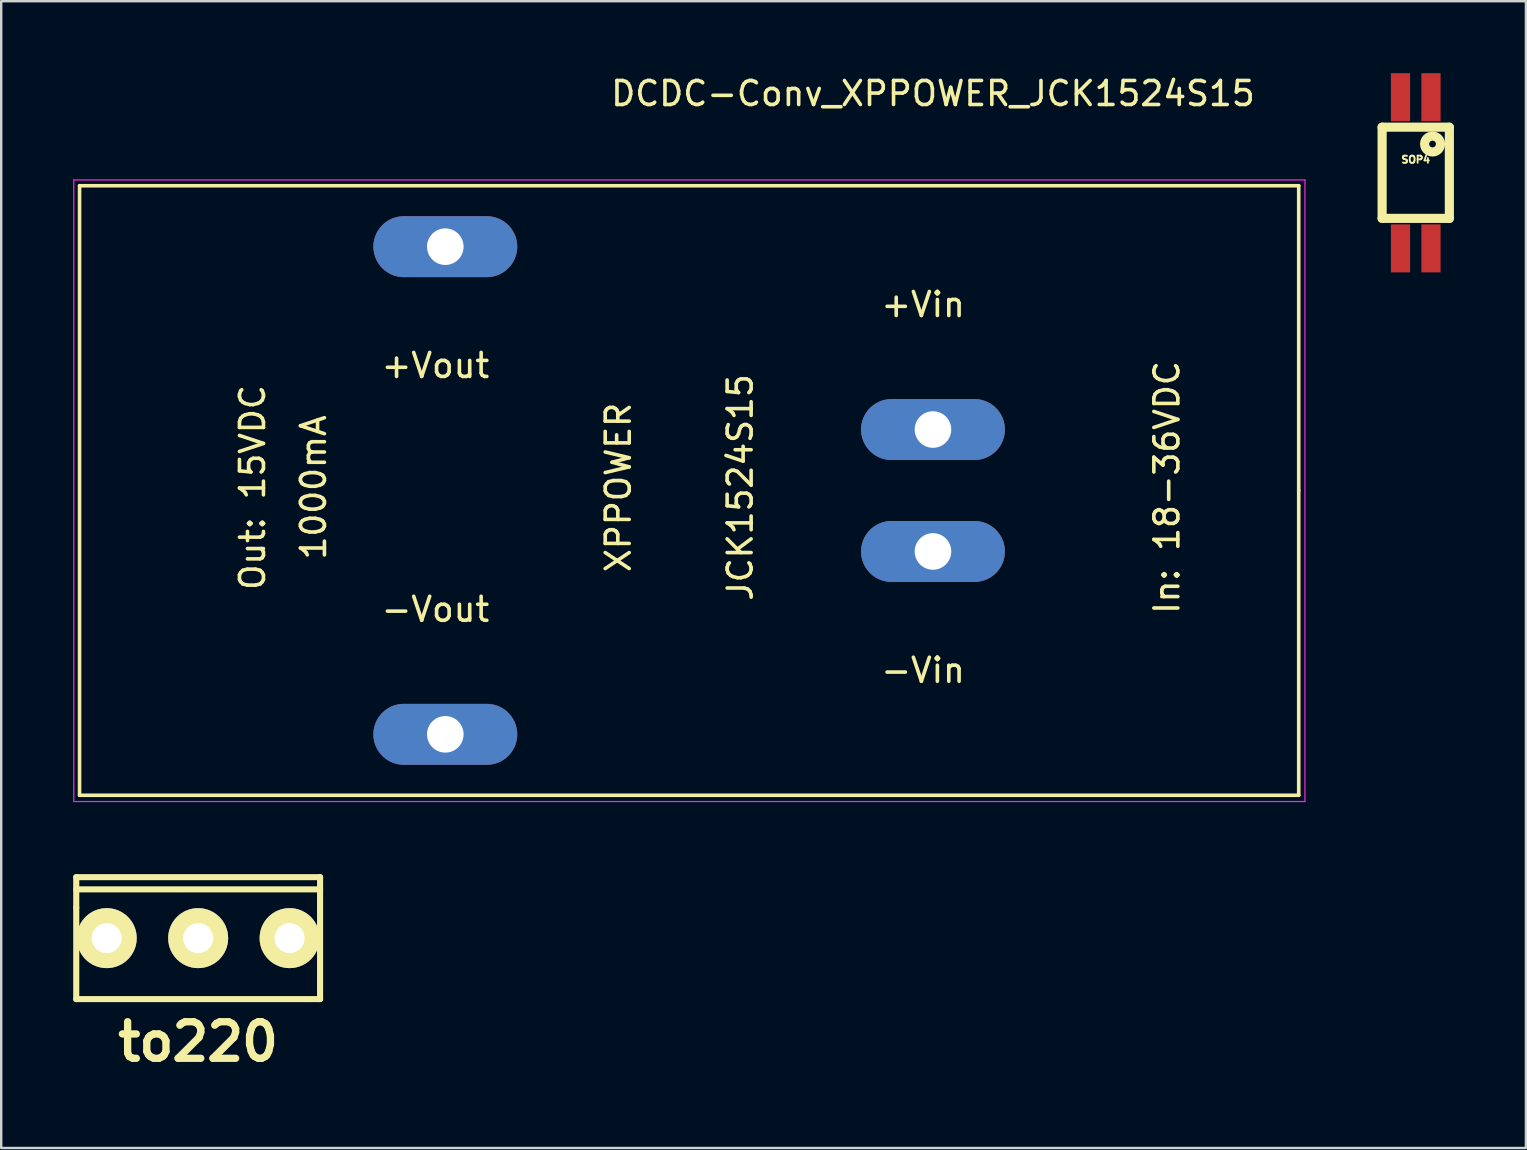
<source format=kicad_pcb>
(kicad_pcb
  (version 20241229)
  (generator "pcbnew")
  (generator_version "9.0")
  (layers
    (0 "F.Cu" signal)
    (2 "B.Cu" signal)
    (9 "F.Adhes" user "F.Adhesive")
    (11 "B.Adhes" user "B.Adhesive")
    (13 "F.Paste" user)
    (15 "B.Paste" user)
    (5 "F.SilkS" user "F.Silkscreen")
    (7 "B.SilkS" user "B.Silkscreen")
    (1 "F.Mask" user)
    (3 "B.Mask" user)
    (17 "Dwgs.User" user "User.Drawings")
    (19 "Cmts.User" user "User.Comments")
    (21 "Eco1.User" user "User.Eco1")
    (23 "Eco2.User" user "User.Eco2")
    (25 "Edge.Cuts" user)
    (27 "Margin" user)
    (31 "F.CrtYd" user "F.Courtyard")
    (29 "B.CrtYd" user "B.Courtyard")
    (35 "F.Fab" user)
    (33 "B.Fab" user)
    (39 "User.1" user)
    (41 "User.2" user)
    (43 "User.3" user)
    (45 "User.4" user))
  (footprint "SOP4"
    (layer "F.Cu")
    (at 55.941 4.15)
    (property "Reference" "SOP4" (at 0 -0.551 0) (layer "F.SilkS") (effects (font (size 0.3 0.3) (thickness 0.076))))
    (attr smd)
    (fp_line (start -1.401 1.9) (end -1.401 -1.9) (stroke (width 0.381) (type solid)) (layer "F.SilkS"))
    (fp_line (start -1.4 -1.9) (end 1.4 -1.9) (stroke (width 0.381) (type solid)) (layer "F.SilkS"))
    (fp_line (start -1.4 1.9) (end 1.4 1.9) (stroke (width 0.381) (type solid)) (layer "F.SilkS"))
    (fp_line (start 1.401 1.9) (end 1.401 -1.9) (stroke (width 0.381) (type solid)) (layer "F.SilkS"))
    (fp_circle (center 0.7 -1.199) (end 0.8 -1.1) (stroke (width 0.381) (type solid)) (fill no) (layer "F.SilkS"))
    (pad "1" smd rect (at 0.635 -3.15) (size 0.8 2) (layers "F.Cu" "F.Mask" "F.Paste"))
    (pad "2" smd rect (at -0.635 -3.15) (size 0.8 2) (layers "F.Cu" "F.Mask" "F.Paste"))
    (pad "3" smd rect (at -0.635 3.15) (size 0.8 2) (layers "F.Cu" "F.Mask" "F.Paste"))
    (pad "4" smd rect (at 0.635 3.15) (size 0.8 2) (layers "F.Cu" "F.Mask" "F.Paste")))
  (footprint "to220"
    (layer "F.Cu")
    (at 5.207 36.04)
    (property "Reference" "to220" (at 0 4.318 0) (layer "F.SilkS") (effects (font (size 1.524 1.524) (thickness 0.305))))
    (attr through_hole)
    (fp_line (start -5.08 -2.54) (end -5.08 -1.27) (stroke (width 0.254) (type solid)) (layer "F.SilkS"))
    (fp_line (start -5.08 -2.032) (end 5.08 -2.032) (stroke (width 0.254) (type solid)) (layer "F.SilkS"))
    (fp_line (start -5.08 -1.27) (end -5.08 2.54) (stroke (width 0.254) (type solid)) (layer "F.SilkS"))
    (fp_line (start -5.08 2.54) (end 5.08 2.54) (stroke (width 0.254) (type solid)) (layer "F.SilkS"))
    (fp_line (start 5.08 -2.54) (end -5.08 -2.54) (stroke (width 0.254) (type solid)) (layer "F.SilkS"))
    (fp_line (start 5.08 2.54) (end 5.08 -2.54) (stroke (width 0.254) (type solid)) (layer "F.SilkS"))
    (pad "1" thru_hole circle (at -3.81 0) (size 2.499 2.499) (drill 1.25) (layers "*.Cu" "*.Mask" "F.SilkS"))
    (pad "2" thru_hole circle (at 0 0) (size 2.499 2.499) (drill 1.25) (layers "*.Cu" "*.Mask" "F.SilkS"))
    (pad "3" thru_hole circle (at 3.81 0) (size 2.499 2.499) (drill 1.25) (layers "*.Cu" "*.Mask" "F.SilkS")))
  (footprint "DCDC-Conv_XPPOWER_JCK1524S15"
    (layer "F.Cu")
    (at 35.825 14.848)
    (property "Reference" "DCDC-Conv_XPPOWER_JCK1524S15" (at 0 -14 0) (layer "F.SilkS") (effects (font (size 1 1) (thickness 0.15))))
    (attr through_hole)
    (fp_line (start -35.56 -10.16) (end -35.56 15.24) (stroke (width 0.15) (type solid)) (layer "F.SilkS"))
    (fp_line (start -35.56 15.24) (end 15.24 15.24) (stroke (width 0.15) (type solid)) (layer "F.SilkS"))
    (fp_line (start 15.24 -10.16) (end -35.56 -10.16) (stroke (width 0.15) (type solid)) (layer "F.SilkS"))
    (fp_line (start 15.24 2.54) (end 15.24 -10.16) (stroke (width 0.15) (type solid)) (layer "F.SilkS"))
    (fp_line (start 15.24 15.24) (end 15.24 2.54) (stroke (width 0.15) (type solid)) (layer "F.SilkS"))
    (fp_line (start -35.8 -10.4) (end -35.8 15.5) (stroke (width 0.05) (type solid)) (layer "F.CrtYd"))
    (fp_line (start -35.8 -10.4) (end 15.5 -10.4) (stroke (width 0.05) (type solid)) (layer "F.CrtYd"))
    (fp_line (start -35.8 15.5) (end 15.5 15.5) (stroke (width 0.05) (type solid)) (layer "F.CrtYd"))
    (fp_line (start 15.5 -10.4) (end 15.5 15.5) (stroke (width 0.05) (type solid)) (layer "F.CrtYd"))
    (fp_text user "-Vout" (at -20.732 7.492 180) (layer "F.SilkS") (effects (font (size 1 1) (thickness 0.15))))
    (fp_text user "1000mA" (at -25.812 2.412 90) (layer "F.SilkS") (effects (font (size 1 1) (thickness 0.15))))
    (fp_text user "XPPOWER" (at -13.112 2.412 90) (layer "F.SilkS") (effects (font (size 1 1) (thickness 0.15))))
    (fp_text user "-Vin" (at -0.412 10.032 180) (layer "F.SilkS") (effects (font (size 1 1) (thickness 0.15))))
    (fp_text user "JCK1524S15" (at -8.032 2.412 90) (layer "F.SilkS") (effects (font (size 1 1) (thickness 0.15))))
    (fp_text user "In: 18-36VDC" (at 9.748 2.412 90) (layer "F.SilkS") (effects (font (size 1 1) (thickness 0.15))))
    (fp_text user "+Vout" (at -20.732 -2.668 180) (layer "F.SilkS") (effects (font (size 1 1) (thickness 0.15))))
    (fp_text user "Out: 15VDC" (at -28.352 2.412 90) (layer "F.SilkS") (effects (font (size 1 1) (thickness 0.15))))
    (fp_text user "+Vin" (at -0.412 -5.208 180) (layer "F.SilkS") (effects (font (size 1 1) (thickness 0.15))))
    (pad "1" thru_hole oval (at 0 0) (size 5.994 2.54) (drill 1.524) (layers "*.Cu" "*.Mask"))
    (pad "2" thru_hole oval (at 0 5.08) (size 5.994 2.54) (drill 1.524) (layers "*.Cu" "*.Mask"))
    (pad "3" thru_hole oval (at -20.32 -7.62) (size 5.994 2.54) (drill 1.524) (layers "*.Cu" "*.Mask"))
    (pad "5" thru_hole oval (at -20.32 12.7) (size 5.994 2.54) (drill 1.524) (layers "*.Cu" "*.Mask")))
  (gr_rect
    (start -3 -3)
    (end 60.532 44.785)
    (stroke (width 0.1) (type default))
    (fill no)
    (layer "Edge.Cuts")))
</source>
